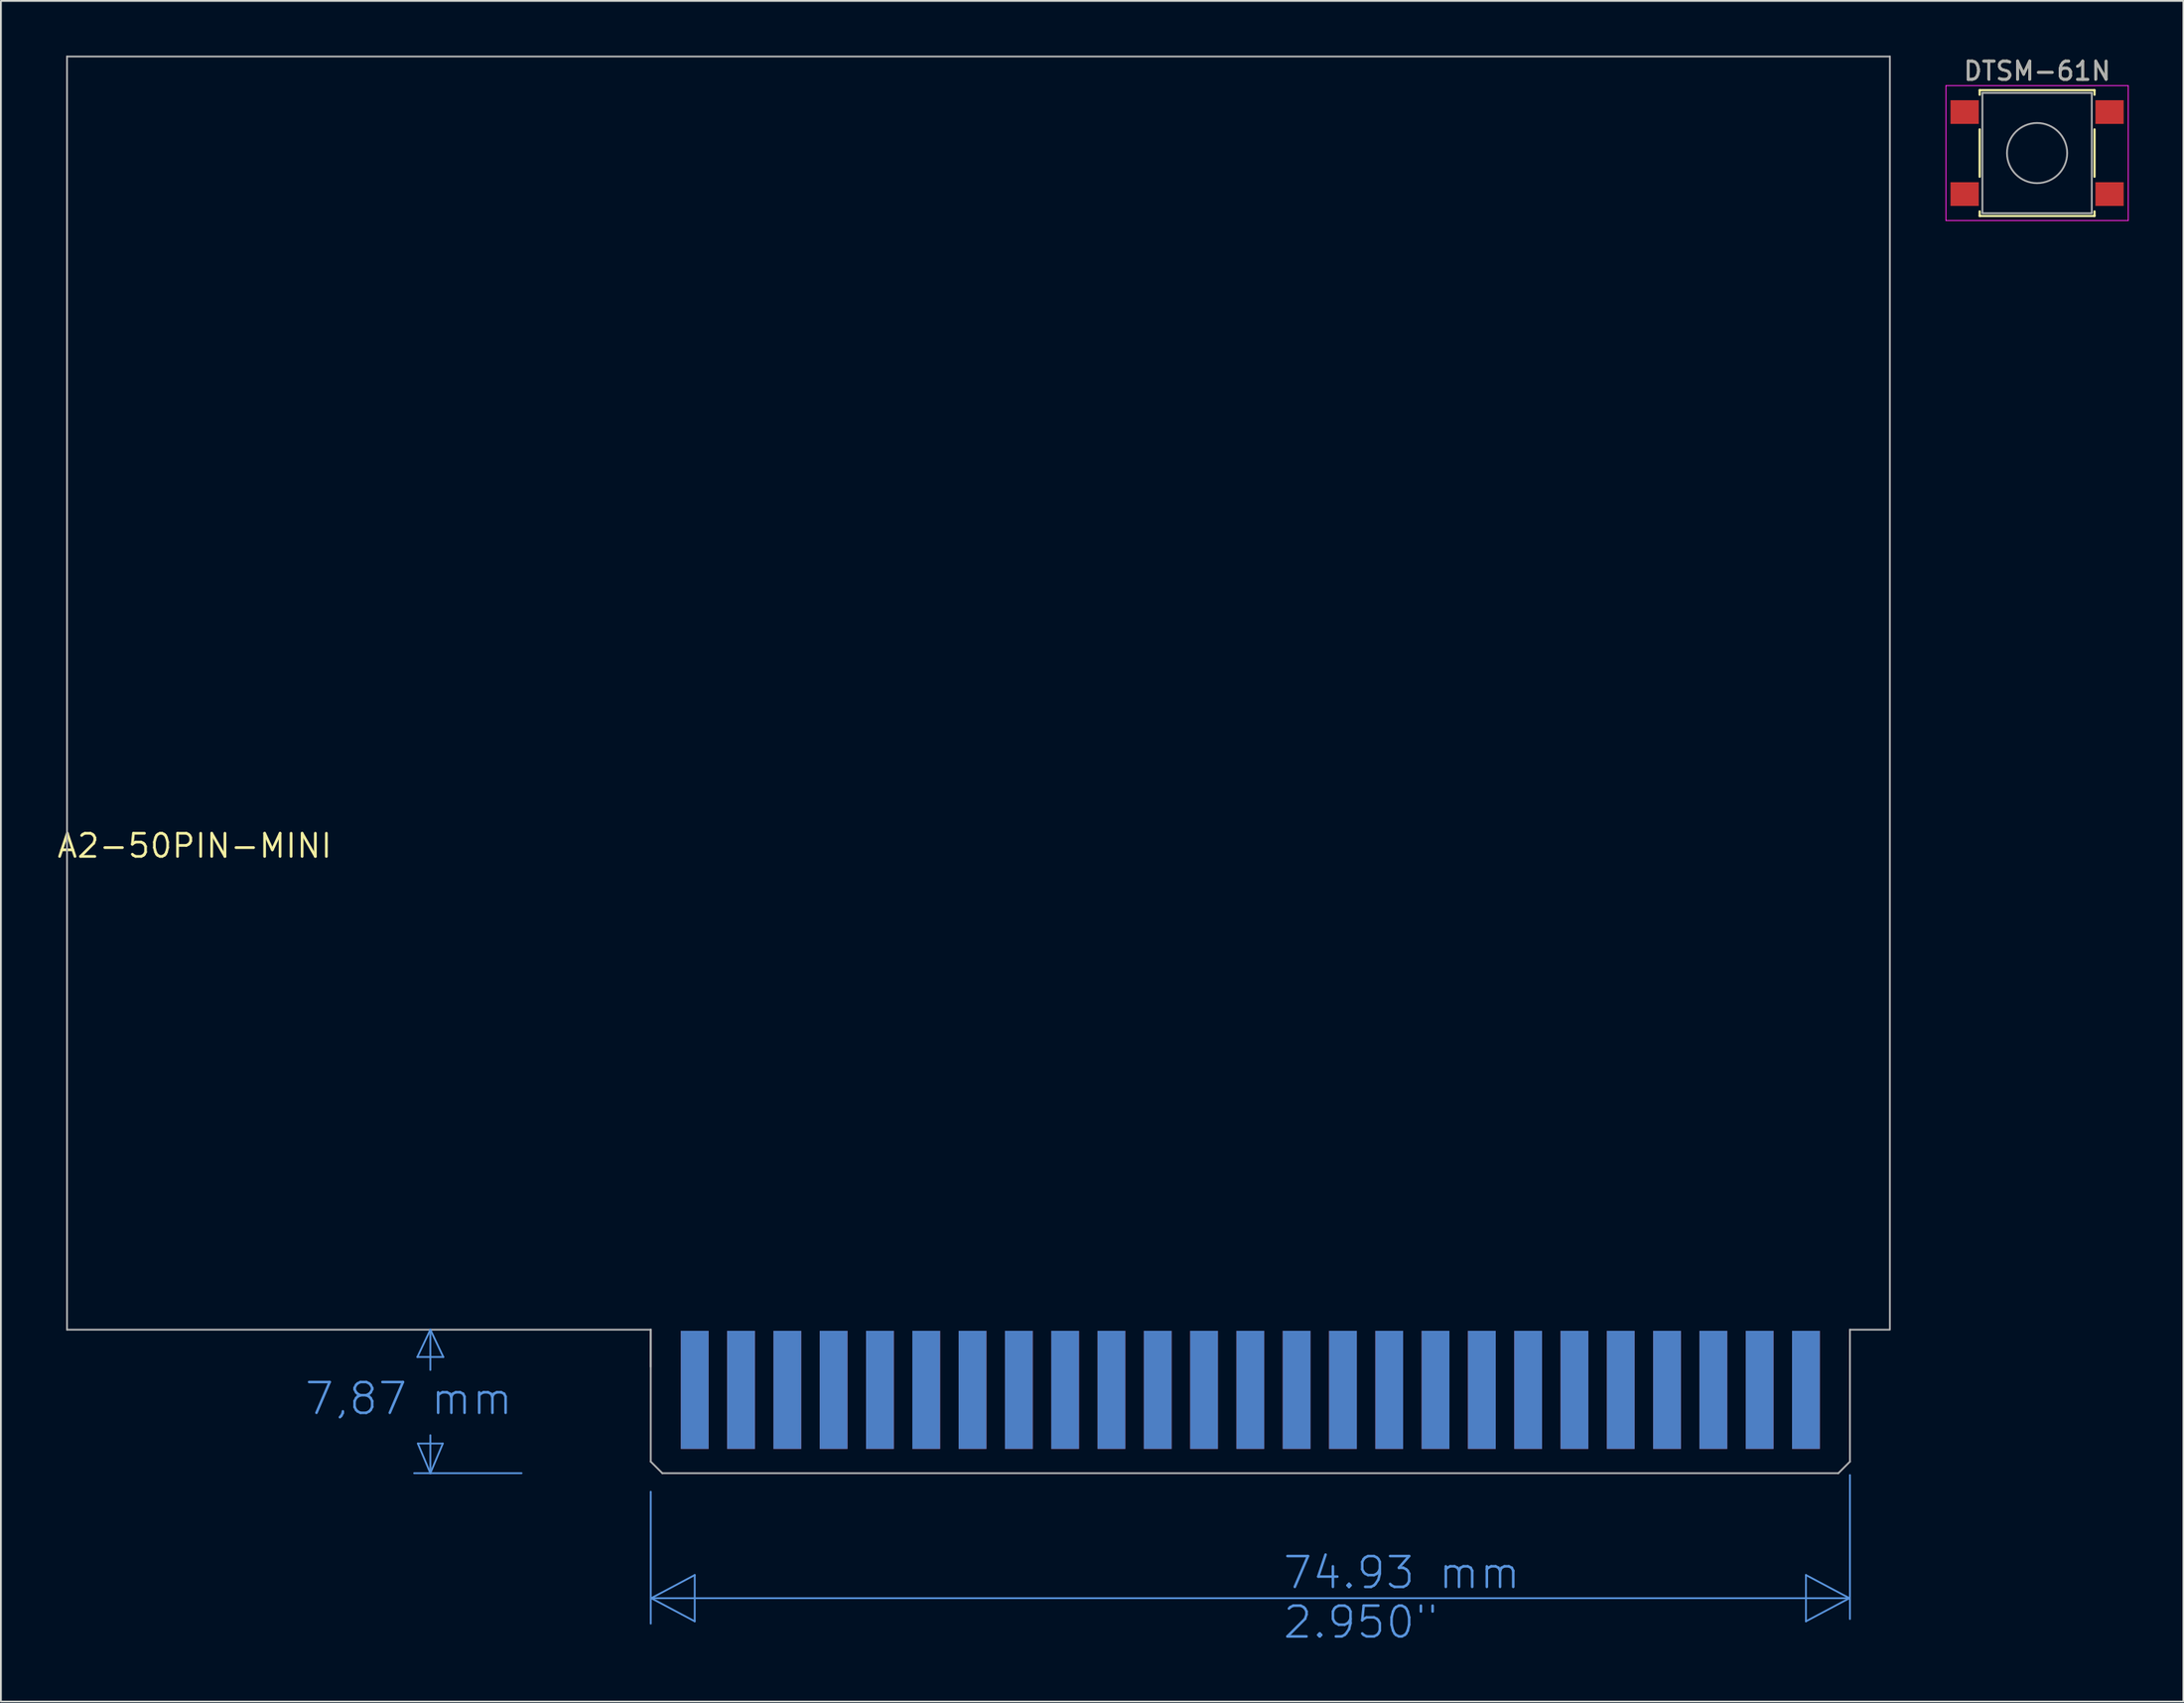
<source format=kicad_pcb>
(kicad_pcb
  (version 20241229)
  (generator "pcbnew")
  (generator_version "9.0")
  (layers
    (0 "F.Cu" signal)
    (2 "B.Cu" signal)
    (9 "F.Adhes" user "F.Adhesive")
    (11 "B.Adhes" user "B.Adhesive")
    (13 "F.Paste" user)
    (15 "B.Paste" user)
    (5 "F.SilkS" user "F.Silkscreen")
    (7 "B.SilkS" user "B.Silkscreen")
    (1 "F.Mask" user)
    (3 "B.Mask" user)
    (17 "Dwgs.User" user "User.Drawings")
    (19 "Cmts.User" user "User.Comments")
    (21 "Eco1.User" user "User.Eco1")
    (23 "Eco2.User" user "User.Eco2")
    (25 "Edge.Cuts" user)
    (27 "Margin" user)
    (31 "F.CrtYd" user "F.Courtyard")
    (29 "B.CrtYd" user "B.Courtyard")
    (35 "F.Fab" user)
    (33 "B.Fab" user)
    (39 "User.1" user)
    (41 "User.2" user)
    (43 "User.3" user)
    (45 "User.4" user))
  (footprint "DTSM-61N"
    (layer "F.Cu")
    (at 108.702 5.348)
    (property "Reference" "DTSM-61N" (at 0 -4.5 0) (layer "F.SilkS") (effects (font (size 1 1) (thickness 0.15))))
    (attr smd)
    (fp_line (start -3.15 -3.45) (end 3.15 -3.45) (stroke (width 0.12) (type solid)) (layer "F.SilkS"))
    (fp_line (start -3.15 -3.2) (end -3.15 -3.45) (stroke (width 0.12) (type solid)) (layer "F.SilkS"))
    (fp_line (start -3.15 1.3) (end -3.15 -1.3) (stroke (width 0.12) (type solid)) (layer "F.SilkS"))
    (fp_line (start -3.15 3.45) (end -3.15 3.2) (stroke (width 0.12) (type solid)) (layer "F.SilkS"))
    (fp_line (start 3.15 -3.45) (end 3.15 -3.2) (stroke (width 0.12) (type solid)) (layer "F.SilkS"))
    (fp_line (start 3.15 -1.3) (end 3.15 1.3) (stroke (width 0.12) (type solid)) (layer "F.SilkS"))
    (fp_line (start 3.15 3.2) (end 3.15 3.45) (stroke (width 0.12) (type solid)) (layer "F.SilkS"))
    (fp_line (start 3.15 3.45) (end -3.15 3.45) (stroke (width 0.12) (type solid)) (layer "F.SilkS"))
    (fp_line (start -5 -3.7) (end -5 3.7) (stroke (width 0.05) (type solid)) (layer "F.CrtYd"))
    (fp_line (start -5 3.7) (end 5 3.7) (stroke (width 0.05) (type solid)) (layer "F.CrtYd"))
    (fp_line (start 5 -3.7) (end -5 -3.7) (stroke (width 0.05) (type solid)) (layer "F.CrtYd"))
    (fp_line (start 5 3.7) (end 5 -3.7) (stroke (width 0.05) (type solid)) (layer "F.CrtYd"))
    (fp_line (start -3 -3.3) (end 3 -3.3) (stroke (width 0.1) (type solid)) (layer "F.Fab"))
    (fp_line (start -3 3.3) (end -3 -3.3) (stroke (width 0.1) (type solid)) (layer "F.Fab"))
    (fp_line (start 3 -3.3) (end 3 3.3) (stroke (width 0.1) (type solid)) (layer "F.Fab"))
    (fp_line (start 3 3.3) (end -3 3.3) (stroke (width 0.1) (type solid)) (layer "F.Fab"))
    (fp_circle (center 0 0) (end 1.65 0) (stroke (width 0.1) (type solid)) (fill no) (layer "F.Fab"))
    (fp_text user "${REFERENCE}" (at 0 -4.5 0) (layer "F.Fab") (effects (font (size 1 1) (thickness 0.15))))
    (pad "1" smd rect (at -3.975 -2.25) (size 1.55 1.3) (layers "F.Cu" "F.Mask" "F.Paste"))
    (pad "1" smd rect (at 3.975 -2.25) (size 1.55 1.3) (layers "F.Cu" "F.Mask" "F.Paste"))
    (pad "2" smd rect (at -3.975 2.25) (size 1.55 1.3) (layers "F.Cu" "F.Mask" "F.Paste"))
    (pad "2" smd rect (at 3.975 2.25) (size 1.55 1.3) (layers "F.Cu" "F.Mask" "F.Paste")))
  (footprint "A2-50PIN-MINI"
    (layer "F.Cu")
    (at 7.627 43.357)
    (property "Reference" "A2-50PIN-MINI" (at 0 0 0) (layer "F.SilkS") (effects (font (size 1.27 1.27) (thickness 0.15))))
    (attr through_hole)
    (fp_line (start 12.22 28.042) (end 13.643 28.042) (stroke (width 0.1) (type solid)) (layer "Cmts.User"))
    (fp_line (start 12.246 32.791) (end 12.932 34.417) (stroke (width 0.1) (type solid)) (layer "Cmts.User"))
    (fp_line (start 12.932 26.543) (end 12.22 28.042) (stroke (width 0.1) (type solid)) (layer "Cmts.User"))
    (fp_line (start 12.932 26.543) (end 12.932 28.753) (stroke (width 0.1) (type solid)) (layer "Cmts.User"))
    (fp_line (start 12.932 34.417) (end 12.043 34.417) (stroke (width 0.1) (type solid)) (layer "Cmts.User"))
    (fp_line (start 12.932 34.417) (end 12.932 32.334) (stroke (width 0.1) (type solid)) (layer "Cmts.User"))
    (fp_line (start 12.932 34.417) (end 13.617 32.791) (stroke (width 0.1) (type solid)) (layer "Cmts.User"))
    (fp_line (start 13.617 32.791) (end 12.246 32.791) (stroke (width 0.1) (type solid)) (layer "Cmts.User"))
    (fp_line (start 13.643 28.042) (end 12.932 26.543) (stroke (width 0.1) (type solid)) (layer "Cmts.User"))
    (fp_line (start 17.935 34.417) (end 12.932 34.417) (stroke (width 0.1) (type solid)) (layer "Cmts.User"))
    (fp_line (start 25.022 35.433) (end 25.022 42.672) (stroke (width 0.1) (type solid)) (layer "Cmts.User"))
    (fp_line (start 25.047 41.275) (end 27.435 40.005) (stroke (width 0.1) (type solid)) (layer "Cmts.User"))
    (fp_line (start 27.435 40.005) (end 27.435 42.545) (stroke (width 0.1) (type solid)) (layer "Cmts.User"))
    (fp_line (start 27.435 42.545) (end 25.047 41.275) (stroke (width 0.1) (type solid)) (layer "Cmts.User"))
    (fp_line (start 88.395 40.005) (end 88.395 42.545) (stroke (width 0.1) (type solid)) (layer "Cmts.User"))
    (fp_line (start 88.395 42.545) (end 90.783 41.275) (stroke (width 0.1) (type solid)) (layer "Cmts.User"))
    (fp_line (start 90.783 41.275) (end 25.047 41.275) (stroke (width 0.1) (type solid)) (layer "Cmts.User"))
    (fp_line (start 90.783 41.275) (end 88.395 40.005) (stroke (width 0.1) (type solid)) (layer "Cmts.User"))
    (fp_line (start 90.808 34.519) (end 90.808 42.418) (stroke (width 0.1) (type solid)) (layer "Cmts.User"))
    (fp_line (start -7 -43.307) (end -7 26.543) (stroke (width 0.1) (type solid)) (layer "F.Fab"))
    (fp_line (start 25.022 26.543) (end -7 26.543) (stroke (width 0.1) (type solid)) (layer "F.Fab"))
    (fp_line (start 25.022 26.543) (end 25.022 28.575) (stroke (width 0.1) (type solid)) (layer "F.Fab"))
    (fp_line (start 25.022 26.543) (end 25.022 33.782) (stroke (width 0.1) (type solid)) (layer "F.Fab"))
    (fp_line (start 25.657 34.417) (end 25.022 33.782) (stroke (width 0.1) (type solid)) (layer "F.Fab"))
    (fp_line (start 90.173 34.417) (end 25.657 34.417) (stroke (width 0.1) (type solid)) (layer "F.Fab"))
    (fp_line (start 90.808 26.543) (end 90.808 33.782) (stroke (width 0.1) (type solid)) (layer "F.Fab"))
    (fp_line (start 90.808 33.782) (end 90.173 34.417) (stroke (width 0.1) (type solid)) (layer "F.Fab"))
    (fp_line (start 93 -43.307) (end -7 -43.307) (stroke (width 0.1) (type solid)) (layer "F.Fab"))
    (fp_line (start 93 -43.307) (end 93 26.512) (stroke (width 0.1) (type solid)) (layer "F.Fab"))
    (fp_line (start 93 26.543) (end 90.808 26.543) (stroke (width 0.1) (type solid)) (layer "F.Fab"))
    (fp_text user "74.93 mm\n2.950\"" (at 59.617 43.586 0) (layer "Cmts.User") (effects (font (size 1.689 1.689) (thickness 0.142)) (justify left bottom)))
    (fp_text user "7,87 mm" (at 5.947 31.318 0) (layer "Cmts.User") (effects (font (size 1.689 1.689) (thickness 0.142)) (justify left bottom)))
    (pad "01" smd rect (at 27.435 29.845) (size 1.524 6.477) (layers "F.Cu" "F.Mask"))
    (pad "02" smd rect (at 29.975 29.845) (size 1.524 6.477) (layers "F.Cu" "F.Mask"))
    (pad "03" smd rect (at 32.515 29.845) (size 1.524 6.477) (layers "F.Cu" "F.Mask"))
    (pad "04" smd rect (at 35.055 29.845) (size 1.524 6.477) (layers "F.Cu" "F.Mask"))
    (pad "05" smd rect (at 37.595 29.845) (size 1.524 6.477) (layers "F.Cu" "F.Mask"))
    (pad "06" smd rect (at 40.135 29.845) (size 1.524 6.477) (layers "F.Cu" "F.Mask"))
    (pad "07" smd rect (at 42.675 29.845) (size 1.524 6.477) (layers "F.Cu" "F.Mask"))
    (pad "08" smd rect (at 45.215 29.845) (size 1.524 6.477) (layers "F.Cu" "F.Mask"))
    (pad "09" smd rect (at 47.755 29.845) (size 1.524 6.477) (layers "F.Cu" "F.Mask"))
    (pad "10" smd rect (at 50.295 29.845) (size 1.524 6.477) (layers "F.Cu" "F.Mask"))
    (pad "11" smd rect (at 52.835 29.845) (size 1.524 6.477) (layers "F.Cu" "F.Mask"))
    (pad "12" smd rect (at 55.375 29.845) (size 1.524 6.477) (layers "F.Cu" "F.Mask"))
    (pad "13" smd rect (at 57.915 29.845) (size 1.524 6.477) (layers "F.Cu" "F.Mask"))
    (pad "14" smd rect (at 60.455 29.845) (size 1.524 6.477) (layers "F.Cu" "F.Mask"))
    (pad "15" smd rect (at 62.995 29.845) (size 1.524 6.477) (layers "F.Cu" "F.Mask"))
    (pad "16" smd rect (at 65.535 29.845) (size 1.524 6.477) (layers "F.Cu" "F.Mask"))
    (pad "17" smd rect (at 68.075 29.845) (size 1.524 6.477) (layers "F.Cu" "F.Mask"))
    (pad "18" smd rect (at 70.615 29.845) (size 1.524 6.477) (layers "F.Cu" "F.Mask"))
    (pad "19" smd rect (at 73.155 29.845) (size 1.524 6.477) (layers "F.Cu" "F.Mask"))
    (pad "20" smd rect (at 75.695 29.845) (size 1.524 6.477) (layers "F.Cu" "F.Mask"))
    (pad "21" smd rect (at 78.235 29.845) (size 1.524 6.477) (layers "F.Cu" "F.Mask"))
    (pad "22" smd rect (at 80.775 29.845) (size 1.524 6.477) (layers "F.Cu" "F.Mask"))
    (pad "23" smd rect (at 83.315 29.845) (size 1.524 6.477) (layers "F.Cu" "F.Mask"))
    (pad "24" smd rect (at 85.855 29.845) (size 1.524 6.477) (layers "F.Cu" "F.Mask"))
    (pad "25" smd rect (at 88.395 29.845) (size 1.524 6.477) (layers "F.Cu" "F.Mask"))
    (pad "26" smd rect (at 88.395 29.845) (size 1.524 6.477) (layers "B.Cu" "B.Mask"))
    (pad "27" smd rect (at 85.855 29.845) (size 1.524 6.477) (layers "B.Cu" "B.Mask"))
    (pad "28" smd rect (at 83.315 29.845) (size 1.524 6.477) (layers "B.Cu" "B.Mask"))
    (pad "29" smd rect (at 80.775 29.845) (size 1.524 6.477) (layers "B.Cu" "B.Mask"))
    (pad "30" smd rect (at 78.235 29.845) (size 1.524 6.477) (layers "B.Cu" "B.Mask"))
    (pad "31" smd rect (at 75.695 29.845) (size 1.524 6.477) (layers "B.Cu" "B.Mask"))
    (pad "32" smd rect (at 73.155 29.845) (size 1.524 6.477) (layers "B.Cu" "B.Mask"))
    (pad "33" smd rect (at 70.615 29.845) (size 1.524 6.477) (layers "B.Cu" "B.Mask"))
    (pad "34" smd rect (at 68.075 29.845) (size 1.524 6.477) (layers "B.Cu" "B.Mask"))
    (pad "35" smd rect (at 65.535 29.845) (size 1.524 6.477) (layers "B.Cu" "B.Mask"))
    (pad "36" smd rect (at 62.995 29.845) (size 1.524 6.477) (layers "B.Cu" "B.Mask"))
    (pad "37" smd rect (at 60.455 29.845) (size 1.524 6.477) (layers "B.Cu" "B.Mask"))
    (pad "38" smd rect (at 57.915 29.845) (size 1.524 6.477) (layers "B.Cu" "B.Mask"))
    (pad "39" smd rect (at 55.375 29.845) (size 1.524 6.477) (layers "B.Cu" "B.Mask"))
    (pad "40" smd rect (at 52.835 29.845) (size 1.524 6.477) (layers "B.Cu" "B.Mask"))
    (pad "41" smd rect (at 50.295 29.845) (size 1.524 6.477) (layers "B.Cu" "B.Mask"))
    (pad "42" smd rect (at 47.755 29.845) (size 1.524 6.477) (layers "B.Cu" "B.Mask"))
    (pad "43" smd rect (at 45.215 29.845) (size 1.524 6.477) (layers "B.Cu" "B.Mask"))
    (pad "44" smd rect (at 42.675 29.845) (size 1.524 6.477) (layers "B.Cu" "B.Mask"))
    (pad "45" smd rect (at 40.135 29.845) (size 1.524 6.477) (layers "B.Cu" "B.Mask"))
    (pad "46" smd rect (at 37.595 29.845) (size 1.524 6.477) (layers "B.Cu" "B.Mask"))
    (pad "47" smd rect (at 35.055 29.845) (size 1.524 6.477) (layers "B.Cu" "B.Mask"))
    (pad "48" smd rect (at 32.515 29.845) (size 1.524 6.477) (layers "B.Cu" "B.Mask"))
    (pad "49" smd rect (at 29.975 29.845) (size 1.524 6.477) (layers "B.Cu" "B.Mask"))
    (pad "50" smd rect (at 27.435 29.845) (size 1.524 6.477) (layers "B.Cu" "B.Mask")))
  (gr_rect
    (start -3 -3)
    (end 116.727 90.303)
    (stroke (width 0.1) (type default))
    (fill no)
    (layer "Edge.Cuts")))
</source>
